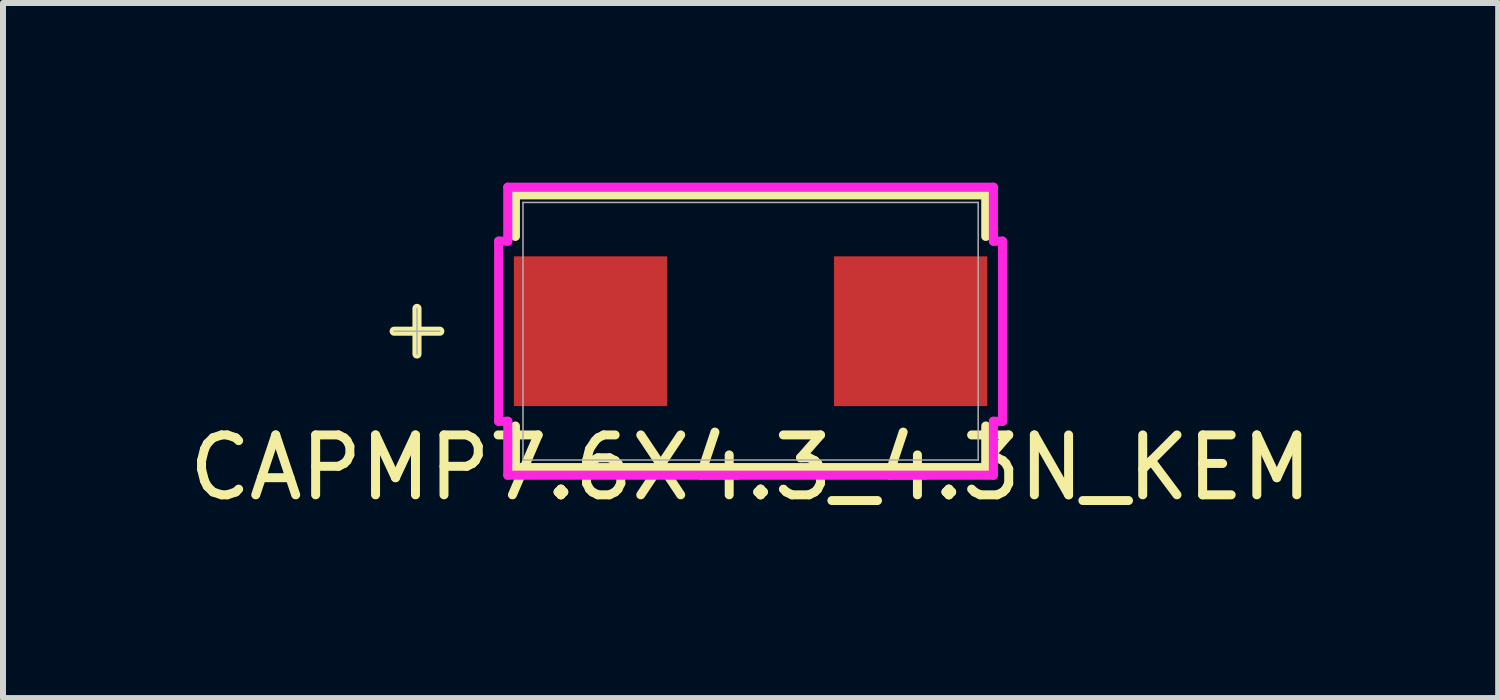
<source format=kicad_pcb>
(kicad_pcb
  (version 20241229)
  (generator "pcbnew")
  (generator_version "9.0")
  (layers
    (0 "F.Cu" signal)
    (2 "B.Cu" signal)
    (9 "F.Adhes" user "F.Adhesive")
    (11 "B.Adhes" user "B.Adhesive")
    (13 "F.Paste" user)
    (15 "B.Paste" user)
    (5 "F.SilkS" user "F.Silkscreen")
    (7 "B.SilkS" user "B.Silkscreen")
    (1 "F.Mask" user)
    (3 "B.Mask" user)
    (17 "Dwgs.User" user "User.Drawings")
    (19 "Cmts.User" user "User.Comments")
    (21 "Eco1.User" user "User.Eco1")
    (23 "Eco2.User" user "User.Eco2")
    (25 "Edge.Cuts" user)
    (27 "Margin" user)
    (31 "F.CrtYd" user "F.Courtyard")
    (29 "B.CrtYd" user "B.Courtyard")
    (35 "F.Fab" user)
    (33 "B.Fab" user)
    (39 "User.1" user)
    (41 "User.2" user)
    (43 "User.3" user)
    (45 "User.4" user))
  (footprint "CAPMP7.6X4.3_4.3N_KEM"
    (layer "F.Cu")
    (at 9.482 2.48)
    (property "Reference" "CAPMP7.6X4.3_4.3N_KEM" (at 0 2.277 0) (unlocked yes) (layer "F.SilkS") (effects (font (size 1 1) (thickness 0.15))))
    (attr smd)
    (fp_line (start -5.57 -0.381) (end -5.57 0.381) (stroke (width 0.152) (type solid)) (layer "F.SilkS"))
    (fp_line (start -5.189 0) (end -5.951 0) (stroke (width 0.152) (type solid)) (layer "F.SilkS"))
    (fp_line (start -3.927 -2.277) (end -3.927 -1.583) (stroke (width 0.152) (type solid)) (layer "F.SilkS"))
    (fp_line (start -3.927 1.583) (end -3.927 2.277) (stroke (width 0.152) (type solid)) (layer "F.SilkS"))
    (fp_line (start -3.927 2.277) (end 3.927 2.277) (stroke (width 0.152) (type solid)) (layer "F.SilkS"))
    (fp_line (start 3.927 -2.277) (end -3.927 -2.277) (stroke (width 0.152) (type solid)) (layer "F.SilkS"))
    (fp_line (start 3.927 -1.583) (end 3.927 -2.277) (stroke (width 0.152) (type solid)) (layer "F.SilkS"))
    (fp_line (start 3.927 2.277) (end 3.927 1.583) (stroke (width 0.152) (type solid)) (layer "F.SilkS"))
    (fp_line (start -4.206 -1.504) (end -4.054 -1.504) (stroke (width 0.152) (type solid)) (layer "F.CrtYd"))
    (fp_line (start -4.206 1.504) (end -4.206 -1.504) (stroke (width 0.152) (type solid)) (layer "F.CrtYd"))
    (fp_line (start -4.054 -2.404) (end 4.054 -2.404) (stroke (width 0.152) (type solid)) (layer "F.CrtYd"))
    (fp_line (start -4.054 -1.504) (end -4.054 -2.404) (stroke (width 0.152) (type solid)) (layer "F.CrtYd"))
    (fp_line (start -4.054 1.504) (end -4.206 1.504) (stroke (width 0.152) (type solid)) (layer "F.CrtYd"))
    (fp_line (start -4.054 2.404) (end -4.054 1.504) (stroke (width 0.152) (type solid)) (layer "F.CrtYd"))
    (fp_line (start 4.054 -2.404) (end 4.054 -1.504) (stroke (width 0.152) (type solid)) (layer "F.CrtYd"))
    (fp_line (start 4.054 -1.504) (end 4.206 -1.504) (stroke (width 0.152) (type solid)) (layer "F.CrtYd"))
    (fp_line (start 4.054 1.504) (end 4.054 2.404) (stroke (width 0.152) (type solid)) (layer "F.CrtYd"))
    (fp_line (start 4.054 2.404) (end -4.054 2.404) (stroke (width 0.152) (type solid)) (layer "F.CrtYd"))
    (fp_line (start 4.206 -1.504) (end 4.206 1.504) (stroke (width 0.152) (type solid)) (layer "F.CrtYd"))
    (fp_line (start 4.206 1.504) (end 4.054 1.504) (stroke (width 0.152) (type solid)) (layer "F.CrtYd"))
    (fp_line (start -5.57 -0.381) (end -5.57 0.381) (stroke (width 0.025) (type solid)) (layer "F.Fab"))
    (fp_line (start -5.189 0) (end -5.951 0) (stroke (width 0.025) (type solid)) (layer "F.Fab"))
    (fp_line (start -3.8 -2.15) (end -3.8 2.15) (stroke (width 0.025) (type solid)) (layer "F.Fab"))
    (fp_line (start -3.8 2.15) (end 3.8 2.15) (stroke (width 0.025) (type solid)) (layer "F.Fab"))
    (fp_line (start 3.8 -2.15) (end -3.8 -2.15) (stroke (width 0.025) (type solid)) (layer "F.Fab"))
    (fp_line (start 3.8 2.15) (end 3.8 -2.15) (stroke (width 0.025) (type solid)) (layer "F.Fab"))
    (pad "1" smd rect (at -2.672 0 90) (size 2.5 2.56) (layers "F.Cu" "F.Mask" "F.Paste"))
    (pad "2" smd rect (at 2.672 0 90) (size 2.5 2.56) (layers "F.Cu" "F.Mask" "F.Paste"))
    (zone (net_name "") (layer "F.Cu") (hatch full 0.508) (connect_pads) (min_thickness 0.254) (filled_areas_thickness no) (keepout (tracks not_allowed) (vias not_allowed) (pads allowed) (copperpour not_allowed) (footprints allowed)) (placement (enabled no)) (fill) (polygon (pts (xy 5.733 0.381) (xy 13.231 0.381) (xy 13.231 1.179) (xy 5.733 1.179))))
    (zone (net_name "") (layer "F.Cu") (hatch full 0.508) (connect_pads) (min_thickness 0.254) (filled_areas_thickness no) (keepout (tracks not_allowed) (vias not_allowed) (pads allowed) (copperpour not_allowed) (footprints allowed)) (placement (enabled no)) (fill) (polygon (pts (xy 5.733 3.781) (xy 13.231 3.781) (xy 13.231 4.579) (xy 5.733 4.579))))
    (zone (net_name "") (layer "F.Cu") (hatch full 0.508) (connect_pads) (min_thickness 0.254) (filled_areas_thickness no) (keepout (tracks not_allowed) (vias not_allowed) (pads allowed) (copperpour not_allowed) (footprints allowed)) (placement (enabled no)) (fill) (polygon (pts (xy 7.841 1.179) (xy 11.123 1.179) (xy 11.123 3.781) (xy 7.841 3.781)))))
  (gr_rect
    (start -3 -3)
    (end 21.964 8.605)
    (stroke (width 0.1) (type default))
    (fill no)
    (layer "Edge.Cuts")))
</source>
